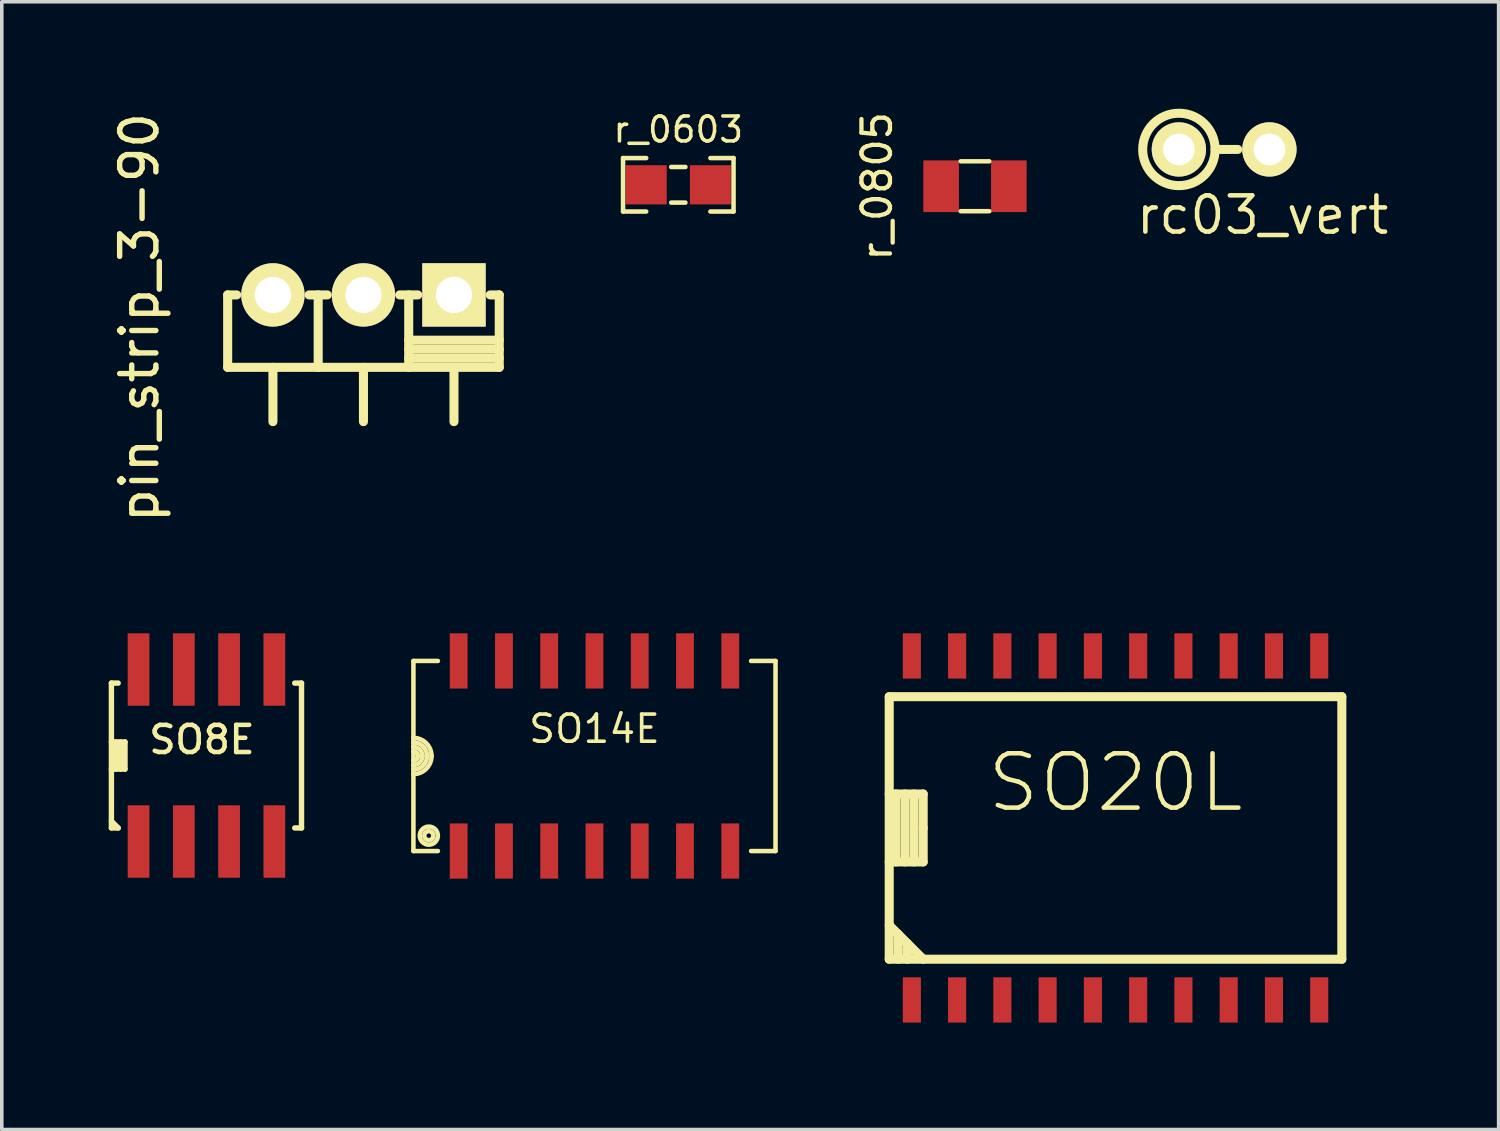
<source format=kicad_pcb>
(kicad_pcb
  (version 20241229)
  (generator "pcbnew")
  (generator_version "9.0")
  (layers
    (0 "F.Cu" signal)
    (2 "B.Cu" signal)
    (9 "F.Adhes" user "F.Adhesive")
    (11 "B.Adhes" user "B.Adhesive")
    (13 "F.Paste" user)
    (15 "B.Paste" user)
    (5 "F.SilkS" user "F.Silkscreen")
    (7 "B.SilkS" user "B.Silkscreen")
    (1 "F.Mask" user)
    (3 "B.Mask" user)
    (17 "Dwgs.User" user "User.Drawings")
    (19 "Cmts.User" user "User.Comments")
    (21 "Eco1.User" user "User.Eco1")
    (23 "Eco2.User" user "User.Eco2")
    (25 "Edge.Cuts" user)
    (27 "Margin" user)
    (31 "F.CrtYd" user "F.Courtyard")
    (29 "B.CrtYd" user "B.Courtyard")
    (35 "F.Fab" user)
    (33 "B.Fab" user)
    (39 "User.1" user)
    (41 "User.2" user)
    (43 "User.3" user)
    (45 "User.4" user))
  (footprint "rc03_vert"
    (layer "F.Cu")
    (at 31.298 1.143)
    (property "Reference" "rc03_vert" (at 1.079 1.841 0) (layer "F.SilkS") (effects (font (size 1.016 1.016) (thickness 0.127))))
    (attr through_hole)
    (fp_line (start -0.254 0) (end 0.381 0) (stroke (width 0.254) (type solid)) (layer "F.SilkS"))
    (fp_circle (center -1.27 0) (end -2.286 0) (stroke (width 0.254) (type solid)) (fill no) (layer "F.SilkS"))
    (pad "1" thru_hole circle (at 1.27 0) (size 1.524 1.524) (drill 0.889) (layers "*.Cu" "*.Mask" "F.SilkS"))
    (pad "2" thru_hole circle (at -1.27 0) (size 1.524 1.524) (drill 0.889) (layers "*.Cu" "*.Mask" "F.SilkS")))
  (footprint "SO14E"
    (layer "F.Cu")
    (at 13.63 18.162)
    (property "Reference" "SO14E" (at 0 -0.762 0) (layer "F.SilkS") (effects (font (size 0.762 0.762) (thickness 0.102))))
    (attr smd)
    (fp_line (start -5.08 2.667) (end -5.08 -2.667) (stroke (width 0.127) (type solid)) (layer "F.SilkS"))
    (fp_line (start -4.394 -2.667) (end -5.08 -2.667) (stroke (width 0.127) (type solid)) (layer "F.SilkS"))
    (fp_line (start -4.394 2.667) (end -5.08 2.667) (stroke (width 0.127) (type solid)) (layer "F.SilkS"))
    (fp_line (start 4.394 -2.667) (end 5.08 -2.667) (stroke (width 0.127) (type solid)) (layer "F.SilkS"))
    (fp_line (start 5.08 -2.667) (end 5.08 2.667) (stroke (width 0.127) (type solid)) (layer "F.SilkS"))
    (fp_line (start 5.08 2.667) (end 4.394 2.667) (stroke (width 0.127) (type solid)) (layer "F.SilkS"))
    (fp_arc (start -5.08 -0.508) (mid -4.72079 -0.35921) (end -4.572 0) (stroke (width 0.127) (type solid)) (layer "F.SilkS"))
    (fp_arc (start -5.08 -0.381) (mid -4.810592 -0.269408) (end -4.699 0) (stroke (width 0.127) (type solid)) (layer "F.SilkS"))
    (fp_arc (start -5.08 -0.254) (mid -4.900395 -0.179605) (end -4.826 0) (stroke (width 0.127) (type solid)) (layer "F.SilkS"))
    (fp_arc (start -5.08 -0.127) (mid -4.990197 -0.089803) (end -4.953 0) (stroke (width 0.127) (type solid)) (layer "F.SilkS"))
    (fp_arc (start -4.953 0) (mid -4.990197 0.089803) (end -5.08 0.127) (stroke (width 0.127) (type solid)) (layer "F.SilkS"))
    (fp_arc (start -4.826 0) (mid -4.900395 0.179605) (end -5.08 0.254) (stroke (width 0.127) (type solid)) (layer "F.SilkS"))
    (fp_arc (start -4.699 0) (mid -4.810592 0.269408) (end -5.08 0.381) (stroke (width 0.127) (type solid)) (layer "F.SilkS"))
    (fp_arc (start -4.572 0) (mid -4.72079 0.35921) (end -5.08 0.508) (stroke (width 0.127) (type solid)) (layer "F.SilkS"))
    (fp_circle (center -4.648 2.235) (end -4.902 2.235) (stroke (width 0.127) (type solid)) (fill no) (layer "F.SilkS"))
    (fp_circle (center -4.648 2.235) (end -4.775 2.235) (stroke (width 0.127) (type solid)) (fill no) (layer "F.SilkS"))
    (pad "1" smd rect (at -3.81 2.667) (size 0.5 1.549) (layers "F.Cu" "F.Mask" "F.Paste"))
    (pad "2" smd rect (at -2.54 2.667) (size 0.5 1.549) (layers "F.Cu" "F.Mask" "F.Paste"))
    (pad "3" smd rect (at -1.27 2.667) (size 0.5 1.549) (layers "F.Cu" "F.Mask" "F.Paste"))
    (pad "4" smd rect (at 0 2.667) (size 0.5 1.549) (layers "F.Cu" "F.Mask" "F.Paste"))
    (pad "5" smd rect (at 1.27 2.667) (size 0.5 1.549) (layers "F.Cu" "F.Mask" "F.Paste"))
    (pad "6" smd rect (at 2.54 2.667) (size 0.5 1.549) (layers "F.Cu" "F.Mask" "F.Paste"))
    (pad "7" smd rect (at 3.81 2.667) (size 0.5 1.549) (layers "F.Cu" "F.Mask" "F.Paste"))
    (pad "8" smd rect (at 3.81 -2.667) (size 0.5 1.549) (layers "F.Cu" "F.Mask" "F.Paste"))
    (pad "9" smd rect (at 2.54 -2.667) (size 0.5 1.549) (layers "F.Cu" "F.Mask" "F.Paste"))
    (pad "10" smd rect (at 1.27 -2.667) (size 0.5 1.549) (layers "F.Cu" "F.Mask" "F.Paste"))
    (pad "11" smd rect (at 0 -2.667) (size 0.5 1.549) (layers "F.Cu" "F.Mask" "F.Paste"))
    (pad "12" smd rect (at -1.27 -2.667) (size 0.5 1.549) (layers "F.Cu" "F.Mask" "F.Paste"))
    (pad "13" smd rect (at -2.54 -2.667) (size 0.5 1.549) (layers "F.Cu" "F.Mask" "F.Paste"))
    (pad "14" smd rect (at -3.81 -2.667) (size 0.5 1.549) (layers "F.Cu" "F.Mask" "F.Paste")))
  (footprint "SO20L"
    (layer "F.Cu")
    (at 28.25 20.181)
    (property "Reference" "SO20L" (at 0 -1.27 0) (layer "F.SilkS") (effects (font (size 1.524 1.524) (thickness 0.127))))
    (attr smd)
    (fp_line (start -6.35 -3.683) (end -6.35 3.683) (stroke (width 0.254) (type solid)) (layer "F.SilkS"))
    (fp_line (start -6.35 -3.683) (end 6.35 -3.683) (stroke (width 0.254) (type solid)) (layer "F.SilkS"))
    (fp_line (start -6.35 -0.953) (end -5.397 -0.953) (stroke (width 0.254) (type solid)) (layer "F.SilkS"))
    (fp_line (start -6.35 2.731) (end -5.397 3.683) (stroke (width 0.254) (type solid)) (layer "F.SilkS"))
    (fp_line (start -6.16 -0.953) (end -6.16 0.953) (stroke (width 0.254) (type solid)) (layer "F.SilkS"))
    (fp_line (start -6.096 3.683) (end -6.096 2.985) (stroke (width 0.254) (type solid)) (layer "F.SilkS"))
    (fp_line (start -5.905 0.953) (end -5.905 -0.953) (stroke (width 0.254) (type solid)) (layer "F.SilkS"))
    (fp_line (start -5.842 3.683) (end -5.842 3.239) (stroke (width 0.254) (type solid)) (layer "F.SilkS"))
    (fp_line (start -5.652 -0.953) (end -5.652 0.953) (stroke (width 0.254) (type solid)) (layer "F.SilkS"))
    (fp_line (start -5.397 -0.953) (end -5.397 0) (stroke (width 0.254) (type solid)) (layer "F.SilkS"))
    (fp_line (start -5.397 0) (end -5.397 0.953) (stroke (width 0.254) (type solid)) (layer "F.SilkS"))
    (fp_line (start -5.397 0.953) (end -6.35 0.953) (stroke (width 0.254) (type solid)) (layer "F.SilkS"))
    (fp_line (start 6.35 3.683) (end -6.35 3.683) (stroke (width 0.254) (type solid)) (layer "F.SilkS"))
    (fp_line (start 6.35 3.683) (end 6.35 -3.683) (stroke (width 0.254) (type solid)) (layer "F.SilkS"))
    (pad "1" smd rect (at -5.715 4.826) (size 0.508 1.27) (layers "F.Cu" "F.Mask" "F.Paste"))
    (pad "2" smd rect (at -4.445 4.826) (size 0.508 1.27) (layers "F.Cu" "F.Mask" "F.Paste"))
    (pad "3" smd rect (at -3.175 4.826) (size 0.508 1.27) (layers "F.Cu" "F.Mask" "F.Paste"))
    (pad "4" smd rect (at -1.905 4.826) (size 0.508 1.27) (layers "F.Cu" "F.Mask" "F.Paste"))
    (pad "5" smd rect (at -0.635 4.826) (size 0.508 1.27) (layers "F.Cu" "F.Mask" "F.Paste"))
    (pad "6" smd rect (at 0.635 4.826) (size 0.508 1.27) (layers "F.Cu" "F.Mask" "F.Paste"))
    (pad "7" smd rect (at 1.905 4.826) (size 0.508 1.27) (layers "F.Cu" "F.Mask" "F.Paste"))
    (pad "8" smd rect (at 3.175 4.826) (size 0.508 1.27) (layers "F.Cu" "F.Mask" "F.Paste"))
    (pad "9" smd rect (at 4.445 4.826) (size 0.508 1.27) (layers "F.Cu" "F.Mask" "F.Paste"))
    (pad "10" smd rect (at 5.715 4.826) (size 0.508 1.27) (layers "F.Cu" "F.Mask" "F.Paste"))
    (pad "11" smd rect (at 5.715 -4.826) (size 0.508 1.27) (layers "F.Cu" "F.Mask" "F.Paste"))
    (pad "12" smd rect (at 4.445 -4.826) (size 0.508 1.27) (layers "F.Cu" "F.Mask" "F.Paste"))
    (pad "13" smd rect (at 3.175 -4.826) (size 0.508 1.27) (layers "F.Cu" "F.Mask" "F.Paste"))
    (pad "14" smd rect (at 1.905 -4.826) (size 0.508 1.27) (layers "F.Cu" "F.Mask" "F.Paste"))
    (pad "15" smd rect (at 0.635 -4.826) (size 0.508 1.27) (layers "F.Cu" "F.Mask" "F.Paste"))
    (pad "16" smd rect (at -0.635 -4.826) (size 0.508 1.27) (layers "F.Cu" "F.Mask" "F.Paste"))
    (pad "17" smd rect (at -1.905 -4.826) (size 0.508 1.27) (layers "F.Cu" "F.Mask" "F.Paste"))
    (pad "18" smd rect (at -3.175 -4.826) (size 0.508 1.27) (layers "F.Cu" "F.Mask" "F.Paste"))
    (pad "19" smd rect (at -4.445 -4.826) (size 0.508 1.27) (layers "F.Cu" "F.Mask" "F.Paste"))
    (pad "20" smd rect (at -5.715 -4.826) (size 0.508 1.27) (layers "F.Cu" "F.Mask" "F.Paste")))
  (footprint "r_0805"
    (layer "F.Cu")
    (at 24.307 2.176)
    (property "Reference" "r_0805" (at -2.75 0 90) (layer "F.SilkS") (effects (font (size 0.8 0.8) (thickness 0.12))))
    (attr smd)
    (fp_line (start -0.4 -0.7) (end 0.4 -0.7) (stroke (width 0.127) (type solid)) (layer "F.SilkS"))
    (fp_line (start 0.4 0.7) (end -0.4 0.7) (stroke (width 0.127) (type solid)) (layer "F.SilkS"))
    (pad "1" smd rect (at 0.95 0) (size 1 1.45) (layers "F.Cu" "F.Mask" "F.Paste"))
    (pad "2" smd rect (at -0.95 0) (size 1 1.45) (layers "F.Cu" "F.Mask" "F.Paste")))
  (footprint "r_0603"
    (layer "F.Cu")
    (at 15.982 2.135)
    (property "Reference" "r_0603" (at 0 -1.55 0) (layer "F.SilkS") (effects (font (size 0.7 0.7) (thickness 0.1))))
    (attr through_hole)
    (fp_line (start -1.55 0.75) (end -1.55 -0.75) (stroke (width 0.127) (type solid)) (layer "F.SilkS"))
    (fp_line (start -1.55 0.75) (end -0.9 0.75) (stroke (width 0.127) (type solid)) (layer "F.SilkS"))
    (fp_line (start -0.9 -0.75) (end -1.55 -0.75) (stroke (width 0.127) (type solid)) (layer "F.SilkS"))
    (fp_line (start -0.2 -0.5) (end 0.2 -0.5) (stroke (width 0.127) (type solid)) (layer "F.SilkS"))
    (fp_line (start 0.2 0.5) (end -0.2 0.5) (stroke (width 0.127) (type solid)) (layer "F.SilkS"))
    (fp_line (start 0.9 0.75) (end 1.55 0.75) (stroke (width 0.127) (type solid)) (layer "F.SilkS"))
    (fp_line (start 1.55 -0.75) (end 0.9 -0.75) (stroke (width 0.127) (type solid)) (layer "F.SilkS"))
    (fp_line (start 1.55 -0.75) (end 1.55 0.75) (stroke (width 0.127) (type solid)) (layer "F.SilkS"))
    (pad "1" smd rect (at 0.9 0) (size 1.15 1.1) (layers "F.Cu" "F.Mask" "F.Paste"))
    (pad "2" smd rect (at -0.9 0) (size 1.15 1.1) (layers "F.Cu" "F.Mask" "F.Paste")))
  (footprint "SO8E"
    (layer "F.Cu")
    (at 2.743 18.149)
    (property "Reference" "SO8E" (at -0.127 -0.445 0) (layer "F.SilkS") (effects (font (size 0.762 0.762) (thickness 0.127))))
    (attr smd)
    (fp_line (start -2.667 -2.032) (end -2.667 2.032) (stroke (width 0.152) (type solid)) (layer "F.SilkS"))
    (fp_line (start -2.667 -0.381) (end -2.286 -0.381) (stroke (width 0.152) (type solid)) (layer "F.SilkS"))
    (fp_line (start -2.667 2.032) (end -2.477 2.032) (stroke (width 0.152) (type solid)) (layer "F.SilkS"))
    (fp_line (start -2.54 -0.381) (end -2.54 0.381) (stroke (width 0.152) (type solid)) (layer "F.SilkS"))
    (fp_line (start -2.477 -2.032) (end -2.667 -2.032) (stroke (width 0.152) (type solid)) (layer "F.SilkS"))
    (fp_line (start -2.477 2.032) (end -2.667 1.841) (stroke (width 0.152) (type solid)) (layer "F.SilkS"))
    (fp_line (start -2.413 -0.381) (end -2.413 0.381) (stroke (width 0.152) (type solid)) (layer "F.SilkS"))
    (fp_line (start -2.286 -0.381) (end -2.286 0.381) (stroke (width 0.152) (type solid)) (layer "F.SilkS"))
    (fp_line (start -2.286 0.381) (end -2.667 0.381) (stroke (width 0.152) (type solid)) (layer "F.SilkS"))
    (fp_line (start 2.477 2.032) (end 2.667 2.032) (stroke (width 0.152) (type solid)) (layer "F.SilkS"))
    (fp_line (start 2.667 -2.032) (end 2.477 -2.032) (stroke (width 0.152) (type solid)) (layer "F.SilkS"))
    (fp_line (start 2.667 2.032) (end 2.667 -2.032) (stroke (width 0.152) (type solid)) (layer "F.SilkS"))
    (pad "1" smd rect (at -1.905 2.413) (size 0.61 2.032) (layers "F.Cu" "F.Mask" "F.Paste"))
    (pad "2" smd rect (at -0.635 2.413) (size 0.61 2.032) (layers "F.Cu" "F.Mask" "F.Paste"))
    (pad "3" smd rect (at 0.635 2.413) (size 0.61 2.032) (layers "F.Cu" "F.Mask" "F.Paste"))
    (pad "4" smd rect (at 1.905 2.413) (size 0.61 2.032) (layers "F.Cu" "F.Mask" "F.Paste"))
    (pad "5" smd rect (at 1.905 -2.413) (size 0.61 2.032) (layers "F.Cu" "F.Mask" "F.Paste"))
    (pad "6" smd rect (at 0.635 -2.413) (size 0.61 2.032) (layers "F.Cu" "F.Mask" "F.Paste"))
    (pad "7" smd rect (at -0.635 -2.413) (size 0.61 2.032) (layers "F.Cu" "F.Mask" "F.Paste"))
    (pad "8" smd rect (at -1.905 -2.413) (size 0.61 2.032) (layers "F.Cu" "F.Mask" "F.Paste")))
  (footprint "pin_strip_3-90"
    (layer "F.Cu")
    (at 7.148 5.225)
    (property "Reference" "pin_strip_3-90" (at -6.287 0.635 90) (layer "F.SilkS") (effects (font (size 1.016 1.016) (thickness 0.152))))
    (attr smd)
    (fp_line (start -3.81 0) (end -3.81 2.032) (stroke (width 0.254) (type solid)) (layer "F.SilkS"))
    (fp_line (start -3.81 0) (end -3.556 0) (stroke (width 0.254) (type solid)) (layer "F.SilkS"))
    (fp_line (start -2.54 2.032) (end -2.54 3.556) (stroke (width 0.254) (type solid)) (layer "F.SilkS"))
    (fp_line (start -1.524 0) (end -1.016 0) (stroke (width 0.254) (type solid)) (layer "F.SilkS"))
    (fp_line (start -1.27 0) (end -1.27 2.032) (stroke (width 0.254) (type solid)) (layer "F.SilkS"))
    (fp_line (start -1.27 2.032) (end -3.81 2.032) (stroke (width 0.254) (type solid)) (layer "F.SilkS"))
    (fp_line (start -1.27 2.032) (end 3.81 2.032) (stroke (width 0.254) (type solid)) (layer "F.SilkS"))
    (fp_line (start 0 2.032) (end 0 3.556) (stroke (width 0.254) (type solid)) (layer "F.SilkS"))
    (fp_line (start 1.016 0) (end 1.524 0) (stroke (width 0.254) (type solid)) (layer "F.SilkS"))
    (fp_line (start 1.27 0) (end 1.27 2.032) (stroke (width 0.254) (type solid)) (layer "F.SilkS"))
    (fp_line (start 1.27 1.27) (end 3.81 1.27) (stroke (width 0.254) (type solid)) (layer "F.SilkS"))
    (fp_line (start 1.27 1.524) (end 3.81 1.524) (stroke (width 0.254) (type solid)) (layer "F.SilkS"))
    (fp_line (start 1.27 1.778) (end 3.81 1.778) (stroke (width 0.254) (type solid)) (layer "F.SilkS"))
    (fp_line (start 2.54 2.032) (end 2.54 3.556) (stroke (width 0.254) (type solid)) (layer "F.SilkS"))
    (fp_line (start 3.556 0) (end 3.81 0) (stroke (width 0.254) (type solid)) (layer "F.SilkS"))
    (fp_line (start 3.81 2.032) (end 3.81 0) (stroke (width 0.254) (type solid)) (layer "F.SilkS"))
    (pad "1" thru_hole circle (at -2.54 0) (size 1.778 1.778) (drill 1.016) (layers "*.Cu" "*.Mask" "F.SilkS"))
    (pad "2" thru_hole circle (at 0 0) (size 1.778 1.778) (drill 1.016) (layers "*.Cu" "*.Mask" "F.SilkS"))
    (pad "3" thru_hole rect (at 2.54 0) (size 1.778 1.778) (drill 1.016) (layers "*.Cu" "*.Mask" "F.SilkS")))
  (gr_rect
    (start -3 -3)
    (end 38.999 28.642)
    (stroke (width 0.1) (type default))
    (fill no)
    (layer "Edge.Cuts")))
</source>
